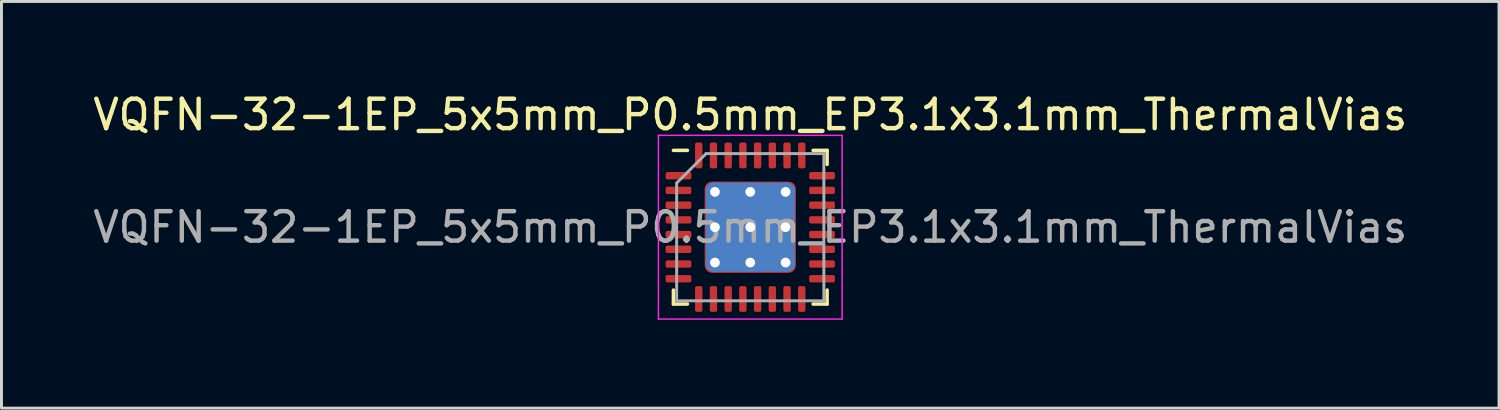
<source format=kicad_pcb>
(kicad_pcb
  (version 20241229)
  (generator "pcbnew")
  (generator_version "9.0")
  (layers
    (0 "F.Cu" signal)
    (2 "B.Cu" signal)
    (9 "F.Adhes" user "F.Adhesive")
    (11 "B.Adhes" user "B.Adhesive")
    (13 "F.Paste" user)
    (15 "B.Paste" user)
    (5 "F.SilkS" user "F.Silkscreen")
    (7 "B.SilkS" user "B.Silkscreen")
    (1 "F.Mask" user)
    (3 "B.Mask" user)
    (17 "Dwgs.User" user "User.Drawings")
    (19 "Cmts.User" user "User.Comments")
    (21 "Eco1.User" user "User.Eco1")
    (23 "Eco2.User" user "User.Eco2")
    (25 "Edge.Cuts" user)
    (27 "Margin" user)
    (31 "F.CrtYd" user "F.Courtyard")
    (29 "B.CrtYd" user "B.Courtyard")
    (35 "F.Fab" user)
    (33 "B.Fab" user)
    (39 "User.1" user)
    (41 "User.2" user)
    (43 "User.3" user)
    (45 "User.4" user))
  (footprint "VQFN-32-1EP_5x5mm_P0.5mm_EP3.1x3.1mm_ThermalVias"
    (layer "F.Cu")
    (at 22.435 4.668)
    (property "Reference" "VQFN-32-1EP_5x5mm_P0.5mm_EP3.1x3.1mm_ThermalVias" (at 0 -3.82 0) (layer "F.SilkS") (effects (font (size 1 1) (thickness 0.15))))
    (attr smd)
    (fp_line (start -2.61 2.61) (end -2.61 2.135) (stroke (width 0.12) (type solid)) (layer "F.SilkS"))
    (fp_line (start -2.135 -2.61) (end -2.61 -2.61) (stroke (width 0.12) (type solid)) (layer "F.SilkS"))
    (fp_line (start -2.135 2.61) (end -2.61 2.61) (stroke (width 0.12) (type solid)) (layer "F.SilkS"))
    (fp_line (start 2.135 -2.61) (end 2.61 -2.61) (stroke (width 0.12) (type solid)) (layer "F.SilkS"))
    (fp_line (start 2.135 2.61) (end 2.61 2.61) (stroke (width 0.12) (type solid)) (layer "F.SilkS"))
    (fp_line (start 2.61 -2.61) (end 2.61 -2.135) (stroke (width 0.12) (type solid)) (layer "F.SilkS"))
    (fp_line (start 2.61 2.61) (end 2.61 2.135) (stroke (width 0.12) (type solid)) (layer "F.SilkS"))
    (fp_line (start -3.12 -3.12) (end -3.12 3.12) (stroke (width 0.05) (type solid)) (layer "F.CrtYd"))
    (fp_line (start -3.12 3.12) (end 3.12 3.12) (stroke (width 0.05) (type solid)) (layer "F.CrtYd"))
    (fp_line (start 3.12 -3.12) (end -3.12 -3.12) (stroke (width 0.05) (type solid)) (layer "F.CrtYd"))
    (fp_line (start 3.12 3.12) (end 3.12 -3.12) (stroke (width 0.05) (type solid)) (layer "F.CrtYd"))
    (fp_line (start -2.5 -1.5) (end -1.5 -2.5) (stroke (width 0.1) (type solid)) (layer "F.Fab"))
    (fp_line (start -2.5 2.5) (end -2.5 -1.5) (stroke (width 0.1) (type solid)) (layer "F.Fab"))
    (fp_line (start -1.5 -2.5) (end 2.5 -2.5) (stroke (width 0.1) (type solid)) (layer "F.Fab"))
    (fp_line (start 2.5 -2.5) (end 2.5 2.5) (stroke (width 0.1) (type solid)) (layer "F.Fab"))
    (fp_line (start 2.5 2.5) (end -2.5 2.5) (stroke (width 0.1) (type solid)) (layer "F.Fab"))
    (fp_text user "${REFERENCE}" (at 0 0 0) (layer "F.Fab") (effects (font (size 1 1) (thickness 0.15))))
    (pad "" smd roundrect (at -0.775 -0.775) (size 1.3 1.3) (layers "F.Paste") (roundrect_rratio 0.192))
    (pad "" smd roundrect (at -0.775 0.775) (size 1.3 1.3) (layers "F.Paste") (roundrect_rratio 0.192))
    (pad "" smd roundrect (at 0.775 -0.775) (size 1.3 1.3) (layers "F.Paste") (roundrect_rratio 0.192))
    (pad "" smd roundrect (at 0.775 0.775) (size 1.3 1.3) (layers "F.Paste") (roundrect_rratio 0.192))
    (pad "1" smd roundrect (at -2.438 -1.75) (size 0.875 0.25) (layers "F.Cu" "F.Mask" "F.Paste") (roundrect_rratio 0.25))
    (pad "2" smd roundrect (at -2.438 -1.25) (size 0.875 0.25) (layers "F.Cu" "F.Mask" "F.Paste") (roundrect_rratio 0.25))
    (pad "3" smd roundrect (at -2.438 -0.75) (size 0.875 0.25) (layers "F.Cu" "F.Mask" "F.Paste") (roundrect_rratio 0.25))
    (pad "4" smd roundrect (at -2.438 -0.25) (size 0.875 0.25) (layers "F.Cu" "F.Mask" "F.Paste") (roundrect_rratio 0.25))
    (pad "5" smd roundrect (at -2.438 0.25) (size 0.875 0.25) (layers "F.Cu" "F.Mask" "F.Paste") (roundrect_rratio 0.25))
    (pad "6" smd roundrect (at -2.438 0.75) (size 0.875 0.25) (layers "F.Cu" "F.Mask" "F.Paste") (roundrect_rratio 0.25))
    (pad "7" smd roundrect (at -2.438 1.25) (size 0.875 0.25) (layers "F.Cu" "F.Mask" "F.Paste") (roundrect_rratio 0.25))
    (pad "8" smd roundrect (at -2.438 1.75) (size 0.875 0.25) (layers "F.Cu" "F.Mask" "F.Paste") (roundrect_rratio 0.25))
    (pad "9" smd roundrect (at -1.75 2.438) (size 0.25 0.875) (layers "F.Cu" "F.Mask" "F.Paste") (roundrect_rratio 0.25))
    (pad "10" smd roundrect (at -1.25 2.438) (size 0.25 0.875) (layers "F.Cu" "F.Mask" "F.Paste") (roundrect_rratio 0.25))
    (pad "11" smd roundrect (at -0.75 2.438) (size 0.25 0.875) (layers "F.Cu" "F.Mask" "F.Paste") (roundrect_rratio 0.25))
    (pad "12" smd roundrect (at -0.25 2.438) (size 0.25 0.875) (layers "F.Cu" "F.Mask" "F.Paste") (roundrect_rratio 0.25))
    (pad "13" smd roundrect (at 0.25 2.438) (size 0.25 0.875) (layers "F.Cu" "F.Mask" "F.Paste") (roundrect_rratio 0.25))
    (pad "14" smd roundrect (at 0.75 2.438) (size 0.25 0.875) (layers "F.Cu" "F.Mask" "F.Paste") (roundrect_rratio 0.25))
    (pad "15" smd roundrect (at 1.25 2.438) (size 0.25 0.875) (layers "F.Cu" "F.Mask" "F.Paste") (roundrect_rratio 0.25))
    (pad "16" smd roundrect (at 1.75 2.438) (size 0.25 0.875) (layers "F.Cu" "F.Mask" "F.Paste") (roundrect_rratio 0.25))
    (pad "17" smd roundrect (at 2.438 1.75) (size 0.875 0.25) (layers "F.Cu" "F.Mask" "F.Paste") (roundrect_rratio 0.25))
    (pad "18" smd roundrect (at 2.438 1.25) (size 0.875 0.25) (layers "F.Cu" "F.Mask" "F.Paste") (roundrect_rratio 0.25))
    (pad "19" smd roundrect (at 2.438 0.75) (size 0.875 0.25) (layers "F.Cu" "F.Mask" "F.Paste") (roundrect_rratio 0.25))
    (pad "20" smd roundrect (at 2.438 0.25) (size 0.875 0.25) (layers "F.Cu" "F.Mask" "F.Paste") (roundrect_rratio 0.25))
    (pad "21" smd roundrect (at 2.438 -0.25) (size 0.875 0.25) (layers "F.Cu" "F.Mask" "F.Paste") (roundrect_rratio 0.25))
    (pad "22" smd roundrect (at 2.438 -0.75) (size 0.875 0.25) (layers "F.Cu" "F.Mask" "F.Paste") (roundrect_rratio 0.25))
    (pad "23" smd roundrect (at 2.438 -1.25) (size 0.875 0.25) (layers "F.Cu" "F.Mask" "F.Paste") (roundrect_rratio 0.25))
    (pad "24" smd roundrect (at 2.438 -1.75) (size 0.875 0.25) (layers "F.Cu" "F.Mask" "F.Paste") (roundrect_rratio 0.25))
    (pad "25" smd roundrect (at 1.75 -2.438) (size 0.25 0.875) (layers "F.Cu" "F.Mask" "F.Paste") (roundrect_rratio 0.25))
    (pad "26" smd roundrect (at 1.25 -2.438) (size 0.25 0.875) (layers "F.Cu" "F.Mask" "F.Paste") (roundrect_rratio 0.25))
    (pad "27" smd roundrect (at 0.75 -2.438) (size 0.25 0.875) (layers "F.Cu" "F.Mask" "F.Paste") (roundrect_rratio 0.25))
    (pad "28" smd roundrect (at 0.25 -2.438) (size 0.25 0.875) (layers "F.Cu" "F.Mask" "F.Paste") (roundrect_rratio 0.25))
    (pad "29" smd roundrect (at -0.25 -2.438) (size 0.25 0.875) (layers "F.Cu" "F.Mask" "F.Paste") (roundrect_rratio 0.25))
    (pad "30" smd roundrect (at -0.75 -2.438) (size 0.25 0.875) (layers "F.Cu" "F.Mask" "F.Paste") (roundrect_rratio 0.25))
    (pad "31" smd roundrect (at -1.25 -2.438) (size 0.25 0.875) (layers "F.Cu" "F.Mask" "F.Paste") (roundrect_rratio 0.25))
    (pad "32" smd roundrect (at -1.75 -2.438) (size 0.25 0.875) (layers "F.Cu" "F.Mask" "F.Paste") (roundrect_rratio 0.25))
    (pad "33" thru_hole circle (at -1.2 -1.2) (size 0.63 0.63) (drill 0.33) (layers "*.Cu"))
    (pad "33" thru_hole circle (at -1.2 0) (size 0.63 0.63) (drill 0.33) (layers "*.Cu"))
    (pad "33" thru_hole circle (at -1.2 1.2) (size 0.63 0.63) (drill 0.33) (layers "*.Cu"))
    (pad "33" thru_hole circle (at 0 -1.2) (size 0.63 0.63) (drill 0.33) (layers "*.Cu"))
    (pad "33" thru_hole circle (at 0 0) (size 0.63 0.63) (drill 0.33) (layers "*.Cu"))
    (pad "33" smd roundrect (at 0 0) (size 3.03 3.03) (layers "B.Cu") (roundrect_rratio 0.083))
    (pad "33" smd roundrect (at 0 0) (size 3.1 3.1) (layers "F.Cu" "F.Mask") (roundrect_rratio 0.081))
    (pad "33" thru_hole circle (at 0 1.2) (size 0.63 0.63) (drill 0.33) (layers "*.Cu"))
    (pad "33" thru_hole circle (at 1.2 -1.2) (size 0.63 0.63) (drill 0.33) (layers "*.Cu"))
    (pad "33" thru_hole circle (at 1.2 0) (size 0.63 0.63) (drill 0.33) (layers "*.Cu"))
    (pad "33" thru_hole circle (at 1.2 1.2) (size 0.63 0.63) (drill 0.33) (layers "*.Cu")))
  (gr_rect
    (start -3 -3)
    (end 47.869 10.813)
    (stroke (width 0.1) (type default))
    (fill no)
    (layer "Edge.Cuts")))
</source>
